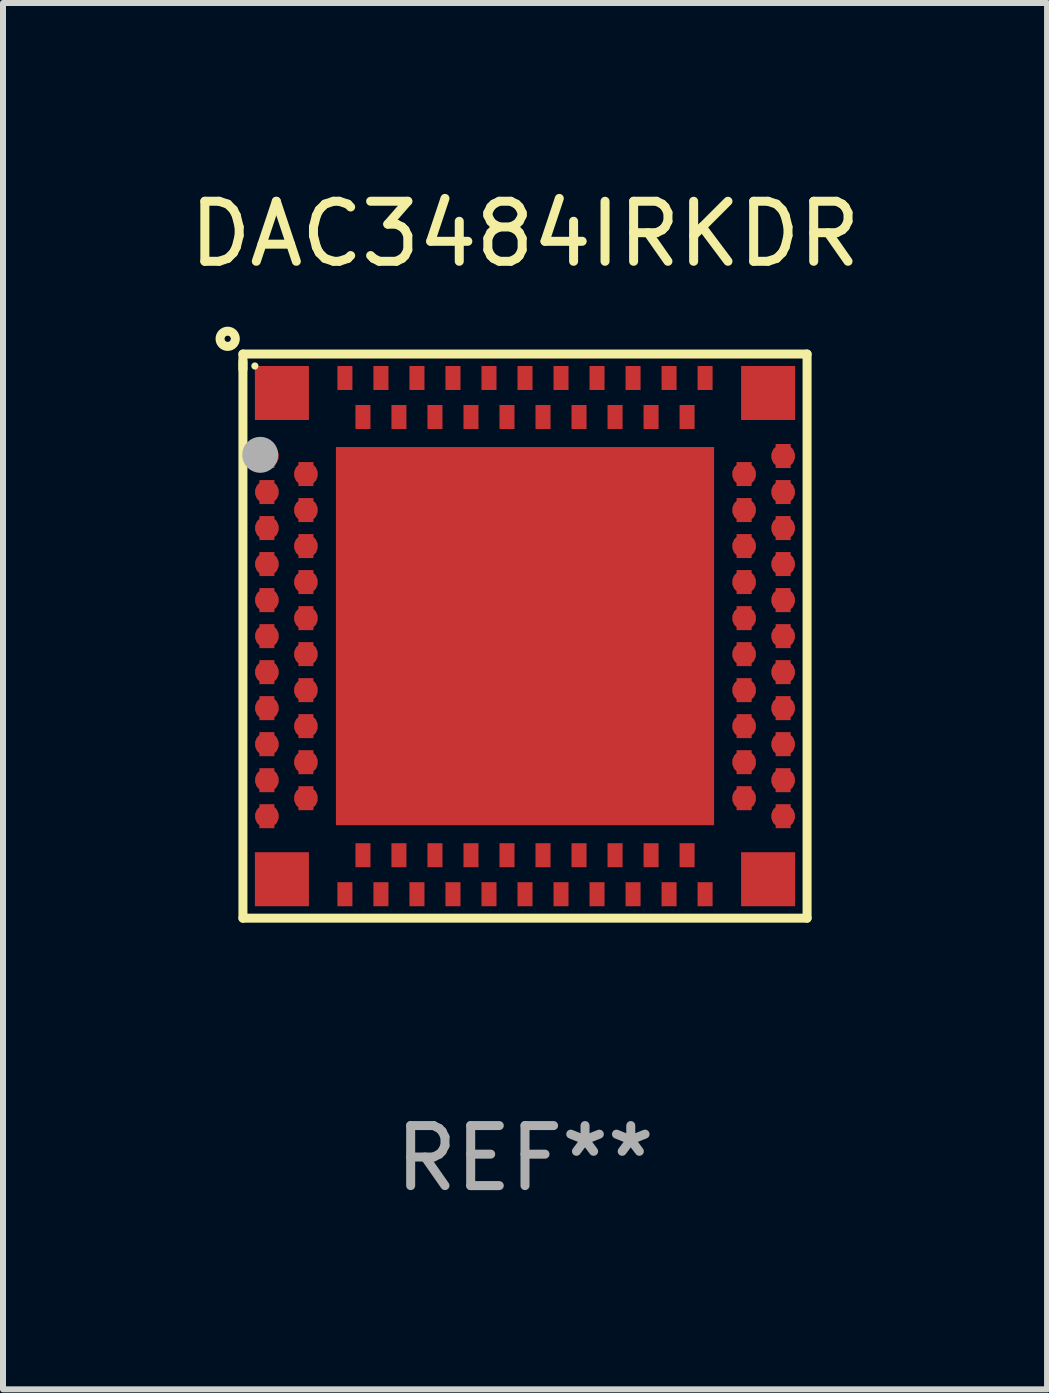
<source format=kicad_pcb>
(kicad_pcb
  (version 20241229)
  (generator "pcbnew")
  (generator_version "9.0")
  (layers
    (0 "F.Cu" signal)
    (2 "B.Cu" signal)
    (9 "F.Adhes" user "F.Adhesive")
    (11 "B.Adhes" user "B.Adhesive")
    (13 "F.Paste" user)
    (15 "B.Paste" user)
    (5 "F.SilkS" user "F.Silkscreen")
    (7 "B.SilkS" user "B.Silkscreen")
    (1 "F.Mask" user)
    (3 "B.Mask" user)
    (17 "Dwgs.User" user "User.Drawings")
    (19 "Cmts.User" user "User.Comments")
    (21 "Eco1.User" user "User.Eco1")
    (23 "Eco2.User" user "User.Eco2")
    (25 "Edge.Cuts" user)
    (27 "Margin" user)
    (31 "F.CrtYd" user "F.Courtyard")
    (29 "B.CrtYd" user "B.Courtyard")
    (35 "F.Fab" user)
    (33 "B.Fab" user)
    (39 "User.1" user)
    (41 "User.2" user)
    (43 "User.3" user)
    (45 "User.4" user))
  (footprint "DAC3484IRKDR"
    (layer "F.Cu")
    (at 5.696 7.547)
    (property "Reference" "DAC3484IRKDR" (at 0 -6.699 0) (layer "F.SilkS") (effects (font (size 1 1) (thickness 0.15))))
    (attr through_hole)
    (fp_line (start -4.699 -4.699) (end -4.699 -4.445) (stroke (width 0.15) (type solid)) (layer "F.SilkS"))
    (fp_line (start -4.699 -4.572) (end -4.699 4.699) (stroke (width 0.15) (type solid)) (layer "F.SilkS"))
    (fp_line (start -4.699 4.699) (end 4.699 4.699) (stroke (width 0.15) (type solid)) (layer "F.SilkS"))
    (fp_line (start 4.699 -4.699) (end -4.699 -4.699) (stroke (width 0.15) (type solid)) (layer "F.SilkS"))
    (fp_line (start 4.699 4.699) (end 4.699 -4.699) (stroke (width 0.15) (type solid)) (layer "F.SilkS"))
    (fp_circle (center -4.953 -4.953) (end -4.826 -4.953) (stroke (width 0.15) (type solid)) (fill no) (layer "F.SilkS"))
    (fp_circle (center -4.5 -4.5) (end -4.47 -4.5) (stroke (width 0.06) (type solid)) (fill no) (layer "F.SilkS"))
    (fp_circle (center -4.411 -3.02) (end -4.261 -3.02) (stroke (width 0.3) (type solid)) (fill no) (layer "F.Fab"))
    (fp_text user "REF**" (at 0 8.699 0) (layer "F.Fab") (effects (font (size 1 1) (thickness 0.15))))
    (pad "89" smd rect (at 0 0) (size 6.3 6.3) (layers "F.Cu" "F.Mask" "F.Paste"))
    (pad "A1" smd custom (at -4.3 -3 90) (size 0.4 0.25) (layers "F.Cu" "F.Mask" "F.Paste") (options (anchor circle)) (primitives (gr_poly (pts (xy -0.2 0.125) (xy -0.2 -0.125) (xy 0.2 -0.125) (xy 0.2 0.125)) (width 0) (fill yes))))
    (pad "A2" smd custom (at -4.3 -2.4 90) (size 0.4 0.25) (layers "F.Cu" "F.Mask" "F.Paste") (options (anchor circle)) (primitives (gr_poly (pts (xy -0.2 0.125) (xy -0.2 -0.125) (xy 0.2 -0.125) (xy 0.2 0.125)) (width 0) (fill yes))))
    (pad "A3" smd custom (at -4.3 -1.8 90) (size 0.4 0.25) (layers "F.Cu" "F.Mask" "F.Paste") (options (anchor circle)) (primitives (gr_poly (pts (xy -0.2 0.125) (xy -0.2 -0.125) (xy 0.2 -0.125) (xy 0.2 0.125)) (width 0) (fill yes))))
    (pad "A4" smd custom (at -4.3 -1.2 90) (size 0.4 0.25) (layers "F.Cu" "F.Mask" "F.Paste") (options (anchor circle)) (primitives (gr_poly (pts (xy -0.2 0.125) (xy -0.2 -0.125) (xy 0.2 -0.125) (xy 0.2 0.125)) (width 0) (fill yes))))
    (pad "A5" smd custom (at -4.3 -0.6 90) (size 0.4 0.25) (layers "F.Cu" "F.Mask" "F.Paste") (options (anchor circle)) (primitives (gr_poly (pts (xy -0.2 0.125) (xy -0.2 -0.125) (xy 0.2 -0.125) (xy 0.2 0.125)) (width 0) (fill yes))))
    (pad "A6" smd custom (at -4.3 0 90) (size 0.4 0.25) (layers "F.Cu" "F.Mask" "F.Paste") (options (anchor circle)) (primitives (gr_poly (pts (xy -0.2 0.125) (xy -0.2 -0.125) (xy 0.2 -0.125) (xy 0.2 0.125)) (width 0) (fill yes))))
    (pad "A7" smd custom (at -4.3 0.6 90) (size 0.4 0.25) (layers "F.Cu" "F.Mask" "F.Paste") (options (anchor circle)) (primitives (gr_poly (pts (xy -0.2 0.125) (xy -0.2 -0.125) (xy 0.2 -0.125) (xy 0.2 0.125)) (width 0) (fill yes))))
    (pad "A8" smd custom (at -4.3 1.2 90) (size 0.4 0.25) (layers "F.Cu" "F.Mask" "F.Paste") (options (anchor circle)) (primitives (gr_poly (pts (xy -0.2 0.125) (xy -0.2 -0.125) (xy 0.2 -0.125) (xy 0.2 0.125)) (width 0) (fill yes))))
    (pad "A9" smd custom (at -4.3 1.8 90) (size 0.4 0.25) (layers "F.Cu" "F.Mask" "F.Paste") (options (anchor circle)) (primitives (gr_poly (pts (xy -0.2 0.125) (xy -0.2 -0.125) (xy 0.2 -0.125) (xy 0.2 0.125)) (width 0) (fill yes))))
    (pad "A10" smd custom (at -4.3 2.4 90) (size 0.4 0.25) (layers "F.Cu" "F.Mask" "F.Paste") (options (anchor circle)) (primitives (gr_poly (pts (xy -0.2 0.125) (xy -0.2 -0.125) (xy 0.2 -0.125) (xy 0.2 0.125)) (width 0) (fill yes))))
    (pad "A11" smd custom (at -4.3 3 90) (size 0.4 0.25) (layers "F.Cu" "F.Mask" "F.Paste") (options (anchor circle)) (primitives (gr_poly (pts (xy -0.2 0.125) (xy -0.2 -0.125) (xy 0.2 -0.125) (xy 0.2 0.125)) (width 0) (fill yes))))
    (pad "A12" smd custom (at -3 4.3) (size 0.25 0.4) (layers "F.Cu" "F.Mask" "F.Paste") (options (anchor circle)) (primitives (gr_poly (pts (xy -0.125 -0.2) (xy 0.125 -0.2) (xy 0.125 0.2) (xy -0.125 0.2)) (width 0) (fill yes))))
    (pad "A13" smd custom (at -2.4 4.3) (size 0.25 0.4) (layers "F.Cu" "F.Mask" "F.Paste") (options (anchor circle)) (primitives (gr_poly (pts (xy -0.125 -0.2) (xy 0.125 -0.2) (xy 0.125 0.2) (xy -0.125 0.2)) (width 0) (fill yes))))
    (pad "A14" smd custom (at -1.8 4.3) (size 0.25 0.4) (layers "F.Cu" "F.Mask" "F.Paste") (options (anchor circle)) (primitives (gr_poly (pts (xy -0.125 -0.2) (xy 0.125 -0.2) (xy 0.125 0.2) (xy -0.125 0.2)) (width 0) (fill yes))))
    (pad "A15" smd custom (at -1.2 4.3) (size 0.25 0.4) (layers "F.Cu" "F.Mask" "F.Paste") (options (anchor circle)) (primitives (gr_poly (pts (xy -0.125 -0.2) (xy 0.125 -0.2) (xy 0.125 0.2) (xy -0.125 0.2)) (width 0) (fill yes))))
    (pad "A16" smd custom (at -0.6 4.3) (size 0.25 0.4) (layers "F.Cu" "F.Mask" "F.Paste") (options (anchor circle)) (primitives (gr_poly (pts (xy -0.125 -0.2) (xy 0.125 -0.2) (xy 0.125 0.2) (xy -0.125 0.2)) (width 0) (fill yes))))
    (pad "A17" smd custom (at 0 4.3) (size 0.25 0.4) (layers "F.Cu" "F.Mask" "F.Paste") (options (anchor circle)) (primitives (gr_poly (pts (xy -0.125 -0.2) (xy 0.125 -0.2) (xy 0.125 0.2) (xy -0.125 0.2)) (width 0) (fill yes))))
    (pad "A18" smd custom (at 0.6 4.3) (size 0.25 0.4) (layers "F.Cu" "F.Mask" "F.Paste") (options (anchor circle)) (primitives (gr_poly (pts (xy -0.125 -0.2) (xy 0.125 -0.2) (xy 0.125 0.2) (xy -0.125 0.2)) (width 0) (fill yes))))
    (pad "A19" smd custom (at 1.2 4.3) (size 0.25 0.4) (layers "F.Cu" "F.Mask" "F.Paste") (options (anchor circle)) (primitives (gr_poly (pts (xy -0.125 -0.2) (xy 0.125 -0.2) (xy 0.125 0.2) (xy -0.125 0.2)) (width 0) (fill yes))))
    (pad "A20" smd custom (at 1.8 4.3) (size 0.25 0.4) (layers "F.Cu" "F.Mask" "F.Paste") (options (anchor circle)) (primitives (gr_poly (pts (xy -0.125 -0.2) (xy 0.125 -0.2) (xy 0.125 0.2) (xy -0.125 0.2)) (width 0) (fill yes))))
    (pad "A21" smd custom (at 2.4 4.3) (size 0.25 0.4) (layers "F.Cu" "F.Mask" "F.Paste") (options (anchor circle)) (primitives (gr_poly (pts (xy -0.125 -0.2) (xy 0.125 -0.2) (xy 0.125 0.2) (xy -0.125 0.2)) (width 0) (fill yes))))
    (pad "A22" smd custom (at 3 4.3) (size 0.25 0.4) (layers "F.Cu" "F.Mask" "F.Paste") (options (anchor circle)) (primitives (gr_poly (pts (xy -0.125 -0.2) (xy 0.125 -0.2) (xy 0.125 0.2) (xy -0.125 0.2)) (width 0) (fill yes))))
    (pad "A23" smd custom (at 4.3 3 90) (size 0.4 0.25) (layers "F.Cu" "F.Mask" "F.Paste") (options (anchor circle)) (primitives (gr_poly (pts (xy -0.2 0.125) (xy -0.2 -0.125) (xy 0.2 -0.125) (xy 0.2 0.125)) (width 0) (fill yes))))
    (pad "A24" smd custom (at 4.3 2.4 90) (size 0.4 0.25) (layers "F.Cu" "F.Mask" "F.Paste") (options (anchor circle)) (primitives (gr_poly (pts (xy -0.2 0.125) (xy -0.2 -0.125) (xy 0.2 -0.125) (xy 0.2 0.125)) (width 0) (fill yes))))
    (pad "A25" smd custom (at 4.3 1.8 90) (size 0.4 0.25) (layers "F.Cu" "F.Mask" "F.Paste") (options (anchor circle)) (primitives (gr_poly (pts (xy -0.2 0.125) (xy -0.2 -0.125) (xy 0.2 -0.125) (xy 0.2 0.125)) (width 0) (fill yes))))
    (pad "A26" smd custom (at 4.3 1.2 90) (size 0.4 0.25) (layers "F.Cu" "F.Mask" "F.Paste") (options (anchor circle)) (primitives (gr_poly (pts (xy -0.2 0.125) (xy -0.2 -0.125) (xy 0.2 -0.125) (xy 0.2 0.125)) (width 0) (fill yes))))
    (pad "A27" smd custom (at 4.3 0.6 90) (size 0.4 0.25) (layers "F.Cu" "F.Mask" "F.Paste") (options (anchor circle)) (primitives (gr_poly (pts (xy -0.2 0.125) (xy -0.2 -0.125) (xy 0.2 -0.125) (xy 0.2 0.125)) (width 0) (fill yes))))
    (pad "A28" smd custom (at 4.3 0 90) (size 0.4 0.25) (layers "F.Cu" "F.Mask" "F.Paste") (options (anchor circle)) (primitives (gr_poly (pts (xy -0.2 0.125) (xy -0.2 -0.125) (xy 0.2 -0.125) (xy 0.2 0.125)) (width 0) (fill yes))))
    (pad "A29" smd custom (at 4.3 -0.6 90) (size 0.4 0.25) (layers "F.Cu" "F.Mask" "F.Paste") (options (anchor circle)) (primitives (gr_poly (pts (xy -0.2 0.125) (xy -0.2 -0.125) (xy 0.2 -0.125) (xy 0.2 0.125)) (width 0) (fill yes))))
    (pad "A30" smd custom (at 4.3 -1.2 90) (size 0.4 0.25) (layers "F.Cu" "F.Mask" "F.Paste") (options (anchor circle)) (primitives (gr_poly (pts (xy -0.2 0.125) (xy -0.2 -0.125) (xy 0.2 -0.125) (xy 0.2 0.125)) (width 0) (fill yes))))
    (pad "A31" smd custom (at 4.3 -1.8 90) (size 0.4 0.25) (layers "F.Cu" "F.Mask" "F.Paste") (options (anchor circle)) (primitives (gr_poly (pts (xy -0.2 0.125) (xy -0.2 -0.125) (xy 0.2 -0.125) (xy 0.2 0.125)) (width 0) (fill yes))))
    (pad "A32" smd custom (at 4.3 -2.4 90) (size 0.4 0.25) (layers "F.Cu" "F.Mask" "F.Paste") (options (anchor circle)) (primitives (gr_poly (pts (xy -0.2 0.125) (xy -0.2 -0.125) (xy 0.2 -0.125) (xy 0.2 0.125)) (width 0) (fill yes))))
    (pad "A33" smd custom (at 4.3 -3 90) (size 0.4 0.25) (layers "F.Cu" "F.Mask" "F.Paste") (options (anchor circle)) (primitives (gr_poly (pts (xy -0.2 0.125) (xy -0.2 -0.125) (xy 0.2 -0.125) (xy 0.2 0.125)) (width 0) (fill yes))))
    (pad "A34" smd custom (at 3 -4.3) (size 0.25 0.4) (layers "F.Cu" "F.Mask" "F.Paste") (options (anchor circle)) (primitives (gr_poly (pts (xy -0.125 -0.2) (xy 0.125 -0.2) (xy 0.125 0.2) (xy -0.125 0.2)) (width 0) (fill yes))))
    (pad "A35" smd custom (at 2.4 -4.3) (size 0.25 0.4) (layers "F.Cu" "F.Mask" "F.Paste") (options (anchor circle)) (primitives (gr_poly (pts (xy -0.125 -0.2) (xy 0.125 -0.2) (xy 0.125 0.2) (xy -0.125 0.2)) (width 0) (fill yes))))
    (pad "A36" smd custom (at 1.8 -4.3) (size 0.25 0.4) (layers "F.Cu" "F.Mask" "F.Paste") (options (anchor circle)) (primitives (gr_poly (pts (xy -0.125 -0.2) (xy 0.125 -0.2) (xy 0.125 0.2) (xy -0.125 0.2)) (width 0) (fill yes))))
    (pad "A37" smd custom (at 1.2 -4.3) (size 0.25 0.4) (layers "F.Cu" "F.Mask" "F.Paste") (options (anchor circle)) (primitives (gr_poly (pts (xy -0.125 -0.2) (xy 0.125 -0.2) (xy 0.125 0.2) (xy -0.125 0.2)) (width 0) (fill yes))))
    (pad "A38" smd custom (at 0.6 -4.3) (size 0.25 0.4) (layers "F.Cu" "F.Mask" "F.Paste") (options (anchor circle)) (primitives (gr_poly (pts (xy -0.125 -0.2) (xy 0.125 -0.2) (xy 0.125 0.2) (xy -0.125 0.2)) (width 0) (fill yes))))
    (pad "A39" smd custom (at 0 -4.3) (size 0.25 0.4) (layers "F.Cu" "F.Mask" "F.Paste") (options (anchor circle)) (primitives (gr_poly (pts (xy -0.125 -0.2) (xy 0.125 -0.2) (xy 0.125 0.2) (xy -0.125 0.2)) (width 0) (fill yes))))
    (pad "A40" smd custom (at -0.6 -4.3) (size 0.25 0.4) (layers "F.Cu" "F.Mask" "F.Paste") (options (anchor circle)) (primitives (gr_poly (pts (xy -0.125 -0.2) (xy 0.125 -0.2) (xy 0.125 0.2) (xy -0.125 0.2)) (width 0) (fill yes))))
    (pad "A41" smd custom (at -1.2 -4.3) (size 0.25 0.4) (layers "F.Cu" "F.Mask" "F.Paste") (options (anchor circle)) (primitives (gr_poly (pts (xy -0.125 -0.2) (xy 0.125 -0.2) (xy 0.125 0.2) (xy -0.125 0.2)) (width 0) (fill yes))))
    (pad "A42" smd custom (at -1.8 -4.3) (size 0.25 0.4) (layers "F.Cu" "F.Mask" "F.Paste") (options (anchor circle)) (primitives (gr_poly (pts (xy -0.125 -0.2) (xy 0.125 -0.2) (xy 0.125 0.2) (xy -0.125 0.2)) (width 0) (fill yes))))
    (pad "A43" smd custom (at -2.4 -4.3) (size 0.25 0.4) (layers "F.Cu" "F.Mask" "F.Paste") (options (anchor circle)) (primitives (gr_poly (pts (xy -0.125 -0.2) (xy 0.125 -0.2) (xy 0.125 0.2) (xy -0.125 0.2)) (width 0) (fill yes))))
    (pad "A44" smd custom (at -3 -4.3) (size 0.25 0.4) (layers "F.Cu" "F.Mask" "F.Paste") (options (anchor circle)) (primitives (gr_poly (pts (xy -0.125 -0.2) (xy 0.125 -0.2) (xy 0.125 0.2) (xy -0.125 0.2)) (width 0) (fill yes))))
    (pad "B1" smd custom (at -3.65 -2.7 90) (size 0.4 0.25) (layers "F.Cu" "F.Mask" "F.Paste") (options (anchor circle)) (primitives (gr_poly (pts (xy -0.2 0.125) (xy -0.2 -0.125) (xy 0.2 -0.125) (xy 0.2 0.125)) (width 0) (fill yes))))
    (pad "B2" smd custom (at -3.65 -2.1 90) (size 0.4 0.25) (layers "F.Cu" "F.Mask" "F.Paste") (options (anchor circle)) (primitives (gr_poly (pts (xy -0.2 0.125) (xy -0.2 -0.125) (xy 0.2 -0.125) (xy 0.2 0.125)) (width 0) (fill yes))))
    (pad "B3" smd custom (at -3.65 -1.5 90) (size 0.4 0.25) (layers "F.Cu" "F.Mask" "F.Paste") (options (anchor circle)) (primitives (gr_poly (pts (xy -0.2 0.125) (xy -0.2 -0.125) (xy 0.2 -0.125) (xy 0.2 0.125)) (width 0) (fill yes))))
    (pad "B4" smd custom (at -3.65 -0.9 90) (size 0.4 0.25) (layers "F.Cu" "F.Mask" "F.Paste") (options (anchor circle)) (primitives (gr_poly (pts (xy -0.2 0.125) (xy -0.2 -0.125) (xy 0.2 -0.125) (xy 0.2 0.125)) (width 0) (fill yes))))
    (pad "B5" smd custom (at -3.65 -0.3 90) (size 0.4 0.25) (layers "F.Cu" "F.Mask" "F.Paste") (options (anchor circle)) (primitives (gr_poly (pts (xy -0.2 0.125) (xy -0.2 -0.125) (xy 0.2 -0.125) (xy 0.2 0.125)) (width 0) (fill yes))))
    (pad "B6" smd custom (at -3.65 0.3 90) (size 0.4 0.25) (layers "F.Cu" "F.Mask" "F.Paste") (options (anchor circle)) (primitives (gr_poly (pts (xy -0.2 0.125) (xy -0.2 -0.125) (xy 0.2 -0.125) (xy 0.2 0.125)) (width 0) (fill yes))))
    (pad "B7" smd custom (at -3.65 0.9 90) (size 0.4 0.25) (layers "F.Cu" "F.Mask" "F.Paste") (options (anchor circle)) (primitives (gr_poly (pts (xy -0.2 0.125) (xy -0.2 -0.125) (xy 0.2 -0.125) (xy 0.2 0.125)) (width 0) (fill yes))))
    (pad "B8" smd custom (at -3.65 1.5 90) (size 0.4 0.25) (layers "F.Cu" "F.Mask" "F.Paste") (options (anchor circle)) (primitives (gr_poly (pts (xy -0.2 0.125) (xy -0.2 -0.125) (xy 0.2 -0.125) (xy 0.2 0.125)) (width 0) (fill yes))))
    (pad "B9" smd custom (at -3.65 2.1 90) (size 0.4 0.25) (layers "F.Cu" "F.Mask" "F.Paste") (options (anchor circle)) (primitives (gr_poly (pts (xy -0.2 0.125) (xy -0.2 -0.125) (xy 0.2 -0.125) (xy 0.2 0.125)) (width 0) (fill yes))))
    (pad "B10" smd custom (at -3.65 2.7 90) (size 0.4 0.25) (layers "F.Cu" "F.Mask" "F.Paste") (options (anchor circle)) (primitives (gr_poly (pts (xy -0.2 0.125) (xy -0.2 -0.125) (xy 0.2 -0.125) (xy 0.2 0.125)) (width 0) (fill yes))))
    (pad "B11" smd custom (at -2.7 3.65) (size 0.25 0.4) (layers "F.Cu" "F.Mask" "F.Paste") (options (anchor circle)) (primitives (gr_poly (pts (xy -0.125 -0.2) (xy 0.125 -0.2) (xy 0.125 0.2) (xy -0.125 0.2)) (width 0) (fill yes))))
    (pad "B12" smd custom (at -2.1 3.65) (size 0.25 0.4) (layers "F.Cu" "F.Mask" "F.Paste") (options (anchor circle)) (primitives (gr_poly (pts (xy -0.125 -0.2) (xy 0.125 -0.2) (xy 0.125 0.2) (xy -0.125 0.2)) (width 0) (fill yes))))
    (pad "B13" smd custom (at -1.5 3.65) (size 0.25 0.4) (layers "F.Cu" "F.Mask" "F.Paste") (options (anchor circle)) (primitives (gr_poly (pts (xy -0.125 -0.2) (xy 0.125 -0.2) (xy 0.125 0.2) (xy -0.125 0.2)) (width 0) (fill yes))))
    (pad "B14" smd custom (at -0.9 3.65) (size 0.25 0.4) (layers "F.Cu" "F.Mask" "F.Paste") (options (anchor circle)) (primitives (gr_poly (pts (xy -0.125 -0.2) (xy 0.125 -0.2) (xy 0.125 0.2) (xy -0.125 0.2)) (width 0) (fill yes))))
    (pad "B15" smd custom (at -0.3 3.65) (size 0.25 0.4) (layers "F.Cu" "F.Mask" "F.Paste") (options (anchor circle)) (primitives (gr_poly (pts (xy -0.125 -0.2) (xy 0.125 -0.2) (xy 0.125 0.2) (xy -0.125 0.2)) (width 0) (fill yes))))
    (pad "B16" smd custom (at 0.3 3.65) (size 0.25 0.4) (layers "F.Cu" "F.Mask" "F.Paste") (options (anchor circle)) (primitives (gr_poly (pts (xy -0.125 -0.2) (xy 0.125 -0.2) (xy 0.125 0.2) (xy -0.125 0.2)) (width 0) (fill yes))))
    (pad "B17" smd custom (at 0.9 3.65) (size 0.25 0.4) (layers "F.Cu" "F.Mask" "F.Paste") (options (anchor circle)) (primitives (gr_poly (pts (xy -0.125 -0.2) (xy 0.125 -0.2) (xy 0.125 0.2) (xy -0.125 0.2)) (width 0) (fill yes))))
    (pad "B18" smd custom (at 1.5 3.65) (size 0.25 0.4) (layers "F.Cu" "F.Mask" "F.Paste") (options (anchor circle)) (primitives (gr_poly (pts (xy -0.125 -0.2) (xy 0.125 -0.2) (xy 0.125 0.2) (xy -0.125 0.2)) (width 0) (fill yes))))
    (pad "B19" smd custom (at 2.1 3.65) (size 0.25 0.4) (layers "F.Cu" "F.Mask" "F.Paste") (options (anchor circle)) (primitives (gr_poly (pts (xy -0.125 -0.2) (xy 0.125 -0.2) (xy 0.125 0.2) (xy -0.125 0.2)) (width 0) (fill yes))))
    (pad "B20" smd custom (at 2.7 3.65) (size 0.25 0.4) (layers "F.Cu" "F.Mask" "F.Paste") (options (anchor circle)) (primitives (gr_poly (pts (xy -0.125 -0.2) (xy 0.125 -0.2) (xy 0.125 0.2) (xy -0.125 0.2)) (width 0) (fill yes))))
    (pad "B21" smd custom (at 3.65 2.7 90) (size 0.4 0.25) (layers "F.Cu" "F.Mask" "F.Paste") (options (anchor circle)) (primitives (gr_poly (pts (xy -0.2 0.125) (xy -0.2 -0.125) (xy 0.2 -0.125) (xy 0.2 0.125)) (width 0) (fill yes))))
    (pad "B22" smd custom (at 3.65 2.1 90) (size 0.4 0.25) (layers "F.Cu" "F.Mask" "F.Paste") (options (anchor circle)) (primitives (gr_poly (pts (xy -0.2 0.125) (xy -0.2 -0.125) (xy 0.2 -0.125) (xy 0.2 0.125)) (width 0) (fill yes))))
    (pad "B23" smd custom (at 3.65 1.5 90) (size 0.4 0.25) (layers "F.Cu" "F.Mask" "F.Paste") (options (anchor circle)) (primitives (gr_poly (pts (xy -0.2 0.125) (xy -0.2 -0.125) (xy 0.2 -0.125) (xy 0.2 0.125)) (width 0) (fill yes))))
    (pad "B24" smd custom (at 3.65 0.9 90) (size 0.4 0.25) (layers "F.Cu" "F.Mask" "F.Paste") (options (anchor circle)) (primitives (gr_poly (pts (xy -0.2 0.125) (xy -0.2 -0.125) (xy 0.2 -0.125) (xy 0.2 0.125)) (width 0) (fill yes))))
    (pad "B25" smd custom (at 3.65 0.3 90) (size 0.4 0.25) (layers "F.Cu" "F.Mask" "F.Paste") (options (anchor circle)) (primitives (gr_poly (pts (xy -0.2 0.125) (xy -0.2 -0.125) (xy 0.2 -0.125) (xy 0.2 0.125)) (width 0) (fill yes))))
    (pad "B26" smd custom (at 3.65 -0.3 90) (size 0.4 0.25) (layers "F.Cu" "F.Mask" "F.Paste") (options (anchor circle)) (primitives (gr_poly (pts (xy -0.2 0.125) (xy -0.2 -0.125) (xy 0.2 -0.125) (xy 0.2 0.125)) (width 0) (fill yes))))
    (pad "B27" smd custom (at 3.65 -0.9 90) (size 0.4 0.25) (layers "F.Cu" "F.Mask" "F.Paste") (options (anchor circle)) (primitives (gr_poly (pts (xy -0.2 0.125) (xy -0.2 -0.125) (xy 0.2 -0.125) (xy 0.2 0.125)) (width 0) (fill yes))))
    (pad "B28" smd custom (at 3.65 -1.5 90) (size 0.4 0.25) (layers "F.Cu" "F.Mask" "F.Paste") (options (anchor circle)) (primitives (gr_poly (pts (xy -0.2 0.125) (xy -0.2 -0.125) (xy 0.2 -0.125) (xy 0.2 0.125)) (width 0) (fill yes))))
    (pad "B29" smd custom (at 3.65 -2.1 90) (size 0.4 0.25) (layers "F.Cu" "F.Mask" "F.Paste") (options (anchor circle)) (primitives (gr_poly (pts (xy -0.2 0.125) (xy -0.2 -0.125) (xy 0.2 -0.125) (xy 0.2 0.125)) (width 0) (fill yes))))
    (pad "B30" smd custom (at 3.65 -2.7 90) (size 0.4 0.25) (layers "F.Cu" "F.Mask" "F.Paste") (options (anchor circle)) (primitives (gr_poly (pts (xy -0.2 0.125) (xy -0.2 -0.125) (xy 0.2 -0.125) (xy 0.2 0.125)) (width 0) (fill yes))))
    (pad "B31" smd custom (at 2.7 -3.65) (size 0.25 0.4) (layers "F.Cu" "F.Mask" "F.Paste") (options (anchor circle)) (primitives (gr_poly (pts (xy -0.125 -0.2) (xy 0.125 -0.2) (xy 0.125 0.2) (xy -0.125 0.2)) (width 0) (fill yes))))
    (pad "B32" smd custom (at 2.1 -3.65) (size 0.25 0.4) (layers "F.Cu" "F.Mask" "F.Paste") (options (anchor circle)) (primitives (gr_poly (pts (xy -0.125 -0.2) (xy 0.125 -0.2) (xy 0.125 0.2) (xy -0.125 0.2)) (width 0) (fill yes))))
    (pad "B33" smd custom (at 1.5 -3.65) (size 0.25 0.4) (layers "F.Cu" "F.Mask" "F.Paste") (options (anchor circle)) (primitives (gr_poly (pts (xy -0.125 -0.2) (xy 0.125 -0.2) (xy 0.125 0.2) (xy -0.125 0.2)) (width 0) (fill yes))))
    (pad "B34" smd custom (at 0.9 -3.65) (size 0.25 0.4) (layers "F.Cu" "F.Mask" "F.Paste") (options (anchor circle)) (primitives (gr_poly (pts (xy -0.125 -0.2) (xy 0.125 -0.2) (xy 0.125 0.2) (xy -0.125 0.2)) (width 0) (fill yes))))
    (pad "B35" smd custom (at 0.3 -3.65) (size 0.25 0.4) (layers "F.Cu" "F.Mask" "F.Paste") (options (anchor circle)) (primitives (gr_poly (pts (xy -0.125 -0.2) (xy 0.125 -0.2) (xy 0.125 0.2) (xy -0.125 0.2)) (width 0) (fill yes))))
    (pad "B36" smd custom (at -0.3 -3.65) (size 0.25 0.4) (layers "F.Cu" "F.Mask" "F.Paste") (options (anchor circle)) (primitives (gr_poly (pts (xy -0.125 -0.2) (xy 0.125 -0.2) (xy 0.125 0.2) (xy -0.125 0.2)) (width 0) (fill yes))))
    (pad "B37" smd custom (at -0.9 -3.65) (size 0.25 0.4) (layers "F.Cu" "F.Mask" "F.Paste") (options (anchor circle)) (primitives (gr_poly (pts (xy -0.125 -0.2) (xy 0.125 -0.2) (xy 0.125 0.2) (xy -0.125 0.2)) (width 0) (fill yes))))
    (pad "B38" smd custom (at -1.5 -3.65) (size 0.25 0.4) (layers "F.Cu" "F.Mask" "F.Paste") (options (anchor circle)) (primitives (gr_poly (pts (xy -0.125 -0.2) (xy 0.125 -0.2) (xy 0.125 0.2) (xy -0.125 0.2)) (width 0) (fill yes))))
    (pad "B39" smd custom (at -2.1 -3.65) (size 0.25 0.4) (layers "F.Cu" "F.Mask" "F.Paste") (options (anchor circle)) (primitives (gr_poly (pts (xy -0.125 -0.2) (xy 0.125 -0.2) (xy 0.125 0.2) (xy -0.125 0.2)) (width 0) (fill yes))))
    (pad "B40" smd custom (at -2.7 -3.65) (size 0.25 0.4) (layers "F.Cu" "F.Mask" "F.Paste") (options (anchor circle)) (primitives (gr_poly (pts (xy -0.125 -0.2) (xy 0.125 -0.2) (xy 0.125 0.2) (xy -0.125 0.2)) (width 0) (fill yes))))
    (pad "C1" smd rect (at -4.05 -4.05) (size 0.9 0.9) (layers "F.Cu" "F.Mask" "F.Paste"))
    (pad "C2" smd rect (at -4.05 4.05) (size 0.9 0.9) (layers "F.Cu" "F.Mask" "F.Paste"))
    (pad "C3" smd rect (at 4.05 4.05) (size 0.9 0.9) (layers "F.Cu" "F.Mask" "F.Paste"))
    (pad "C4" smd rect (at 4.05 -4.05) (size 0.9 0.9) (layers "F.Cu" "F.Mask" "F.Paste")))
  (gr_rect
    (start -3 -3)
    (end 14.393 20.095)
    (stroke (width 0.1) (type default))
    (fill no)
    (layer "Edge.Cuts")))
</source>
